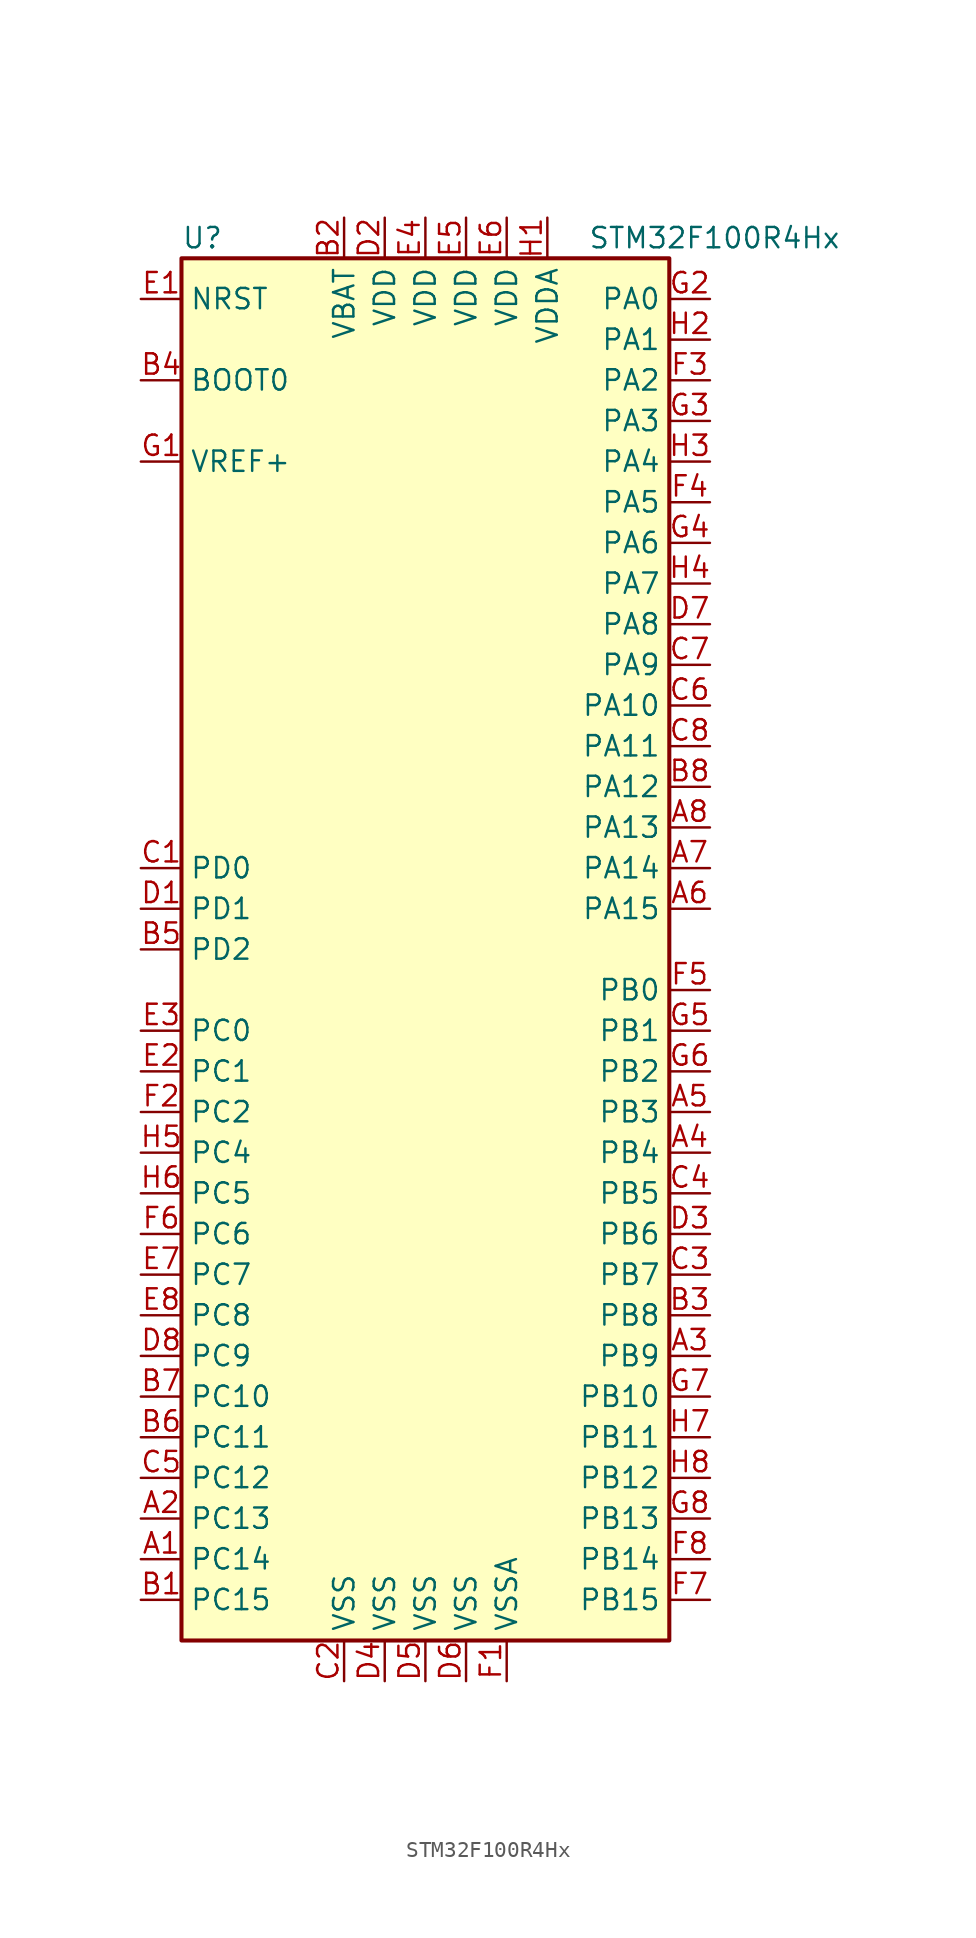
<source format=kicad_sym>
(kicad_symbol_lib
  (version 20201005)
  (generator kicad_symbol_editor)
  (symbol "MCU_ST_STM32F1:STM32F100R4Hx"
    (property "Reference" "U"
      (at -15.24 44.45 0)
      (effects (font (size 1.27 1.27)) (justify left)))
    (property "Value" "STM32F100R4Hx"
      (at 10.16 44.45 0)
      (effects (font (size 1.27 1.27)) (justify left)))
    (symbol "STM32F100R4Hx_0_1"
      (rectangle (start -15.24 -43.18) (end 15.24 43.18) (stroke (width 0.254)) (fill (type background))))
    (symbol "STM32F100R4Hx_1_1"
      (pin input line (at -17.78 35.56 0) (length 2.54) (name "BOOT0" (effects (font (size 1.27 1.27)))) (number "B4" (effects (font (size 1.27 1.27)))))
      (pin input line (at -17.78 40.64 0) (length 2.54) (name "NRST" (effects (font (size 1.27 1.27)))) (number "E1" (effects (font (size 1.27 1.27)))))
      (pin bidirectional line (at 17.78 40.64 180) (length 2.54) (name "PA0" (effects (font (size 1.27 1.27)))) (number "G2" (effects (font (size 1.27 1.27)))))
      (pin bidirectional line (at 17.78 38.1 180) (length 2.54) (name "PA1" (effects (font (size 1.27 1.27)))) (number "H2" (effects (font (size 1.27 1.27)))))
      (pin bidirectional line (at 17.78 15.24 180) (length 2.54) (name "PA10" (effects (font (size 1.27 1.27)))) (number "C6" (effects (font (size 1.27 1.27)))))
      (pin bidirectional line (at 17.78 12.7 180) (length 2.54) (name "PA11" (effects (font (size 1.27 1.27)))) (number "C8" (effects (font (size 1.27 1.27)))))
      (pin bidirectional line (at 17.78 10.16 180) (length 2.54) (name "PA12" (effects (font (size 1.27 1.27)))) (number "B8" (effects (font (size 1.27 1.27)))))
      (pin bidirectional line (at 17.78 7.62 180) (length 2.54) (name "PA13" (effects (font (size 1.27 1.27)))) (number "A8" (effects (font (size 1.27 1.27)))))
      (pin bidirectional line (at 17.78 5.08 180) (length 2.54) (name "PA14" (effects (font (size 1.27 1.27)))) (number "A7" (effects (font (size 1.27 1.27)))))
      (pin bidirectional line (at 17.78 2.54 180) (length 2.54) (name "PA15" (effects (font (size 1.27 1.27)))) (number "A6" (effects (font (size 1.27 1.27)))))
      (pin bidirectional line (at 17.78 35.56 180) (length 2.54) (name "PA2" (effects (font (size 1.27 1.27)))) (number "F3" (effects (font (size 1.27 1.27)))))
      (pin bidirectional line (at 17.78 33.02 180) (length 2.54) (name "PA3" (effects (font (size 1.27 1.27)))) (number "G3" (effects (font (size 1.27 1.27)))))
      (pin bidirectional line (at 17.78 30.48 180) (length 2.54) (name "PA4" (effects (font (size 1.27 1.27)))) (number "H3" (effects (font (size 1.27 1.27)))))
      (pin bidirectional line (at 17.78 27.94 180) (length 2.54) (name "PA5" (effects (font (size 1.27 1.27)))) (number "F4" (effects (font (size 1.27 1.27)))))
      (pin bidirectional line (at 17.78 25.4 180) (length 2.54) (name "PA6" (effects (font (size 1.27 1.27)))) (number "G4" (effects (font (size 1.27 1.27)))))
      (pin bidirectional line (at 17.78 22.86 180) (length 2.54) (name "PA7" (effects (font (size 1.27 1.27)))) (number "H4" (effects (font (size 1.27 1.27)))))
      (pin bidirectional line (at 17.78 20.32 180) (length 2.54) (name "PA8" (effects (font (size 1.27 1.27)))) (number "D7" (effects (font (size 1.27 1.27)))))
      (pin bidirectional line (at 17.78 17.78 180) (length 2.54) (name "PA9" (effects (font (size 1.27 1.27)))) (number "C7" (effects (font (size 1.27 1.27)))))
      (pin bidirectional line (at 17.78 -2.54 180) (length 2.54) (name "PB0" (effects (font (size 1.27 1.27)))) (number "F5" (effects (font (size 1.27 1.27)))))
      (pin bidirectional line (at 17.78 -5.08 180) (length 2.54) (name "PB1" (effects (font (size 1.27 1.27)))) (number "G5" (effects (font (size 1.27 1.27)))))
      (pin bidirectional line (at 17.78 -27.94 180) (length 2.54) (name "PB10" (effects (font (size 1.27 1.27)))) (number "G7" (effects (font (size 1.27 1.27)))))
      (pin bidirectional line (at 17.78 -30.48 180) (length 2.54) (name "PB11" (effects (font (size 1.27 1.27)))) (number "H7" (effects (font (size 1.27 1.27)))))
      (pin bidirectional line (at 17.78 -33.02 180) (length 2.54) (name "PB12" (effects (font (size 1.27 1.27)))) (number "H8" (effects (font (size 1.27 1.27)))))
      (pin bidirectional line (at 17.78 -35.56 180) (length 2.54) (name "PB13" (effects (font (size 1.27 1.27)))) (number "G8" (effects (font (size 1.27 1.27)))))
      (pin bidirectional line (at 17.78 -38.1 180) (length 2.54) (name "PB14" (effects (font (size 1.27 1.27)))) (number "F8" (effects (font (size 1.27 1.27)))))
      (pin bidirectional line (at 17.78 -40.64 180) (length 2.54) (name "PB15" (effects (font (size 1.27 1.27)))) (number "F7" (effects (font (size 1.27 1.27)))))
      (pin bidirectional line (at 17.78 -7.62 180) (length 2.54) (name "PB2" (effects (font (size 1.27 1.27)))) (number "G6" (effects (font (size 1.27 1.27)))))
      (pin bidirectional line (at 17.78 -10.16 180) (length 2.54) (name "PB3" (effects (font (size 1.27 1.27)))) (number "A5" (effects (font (size 1.27 1.27)))))
      (pin bidirectional line (at 17.78 -12.7 180) (length 2.54) (name "PB4" (effects (font (size 1.27 1.27)))) (number "A4" (effects (font (size 1.27 1.27)))))
      (pin bidirectional line (at 17.78 -15.24 180) (length 2.54) (name "PB5" (effects (font (size 1.27 1.27)))) (number "C4" (effects (font (size 1.27 1.27)))))
      (pin bidirectional line (at 17.78 -17.78 180) (length 2.54) (name "PB6" (effects (font (size 1.27 1.27)))) (number "D3" (effects (font (size 1.27 1.27)))))
      (pin bidirectional line (at 17.78 -20.32 180) (length 2.54) (name "PB7" (effects (font (size 1.27 1.27)))) (number "C3" (effects (font (size 1.27 1.27)))))
      (pin bidirectional line (at 17.78 -22.86 180) (length 2.54) (name "PB8" (effects (font (size 1.27 1.27)))) (number "B3" (effects (font (size 1.27 1.27)))))
      (pin bidirectional line (at 17.78 -25.4 180) (length 2.54) (name "PB9" (effects (font (size 1.27 1.27)))) (number "A3" (effects (font (size 1.27 1.27)))))
      (pin bidirectional line (at -17.78 -5.08 0) (length 2.54) (name "PC0" (effects (font (size 1.27 1.27)))) (number "E3" (effects (font (size 1.27 1.27)))))
      (pin bidirectional line (at -17.78 -7.62 0) (length 2.54) (name "PC1" (effects (font (size 1.27 1.27)))) (number "E2" (effects (font (size 1.27 1.27)))))
      (pin bidirectional line (at -17.78 -27.94 0) (length 2.54) (name "PC10" (effects (font (size 1.27 1.27)))) (number "B7" (effects (font (size 1.27 1.27)))))
      (pin bidirectional line (at -17.78 -30.48 0) (length 2.54) (name "PC11" (effects (font (size 1.27 1.27)))) (number "B6" (effects (font (size 1.27 1.27)))))
      (pin bidirectional line (at -17.78 -33.02 0) (length 2.54) (name "PC12" (effects (font (size 1.27 1.27)))) (number "C5" (effects (font (size 1.27 1.27)))))
      (pin bidirectional line (at -17.78 -35.56 0) (length 2.54) (name "PC13" (effects (font (size 1.27 1.27)))) (number "A2" (effects (font (size 1.27 1.27)))))
      (pin bidirectional line (at -17.78 -38.1 0) (length 2.54) (name "PC14" (effects (font (size 1.27 1.27)))) (number "A1" (effects (font (size 1.27 1.27)))))
      (pin bidirectional line (at -17.78 -40.64 0) (length 2.54) (name "PC15" (effects (font (size 1.27 1.27)))) (number "B1" (effects (font (size 1.27 1.27)))))
      (pin bidirectional line (at -17.78 -10.16 0) (length 2.54) (name "PC2" (effects (font (size 1.27 1.27)))) (number "F2" (effects (font (size 1.27 1.27)))))
      (pin bidirectional line (at -17.78 -12.7 0) (length 2.54) (name "PC4" (effects (font (size 1.27 1.27)))) (number "H5" (effects (font (size 1.27 1.27)))))
      (pin bidirectional line (at -17.78 -15.24 0) (length 2.54) (name "PC5" (effects (font (size 1.27 1.27)))) (number "H6" (effects (font (size 1.27 1.27)))))
      (pin bidirectional line (at -17.78 -17.78 0) (length 2.54) (name "PC6" (effects (font (size 1.27 1.27)))) (number "F6" (effects (font (size 1.27 1.27)))))
      (pin bidirectional line (at -17.78 -20.32 0) (length 2.54) (name "PC7" (effects (font (size 1.27 1.27)))) (number "E7" (effects (font (size 1.27 1.27)))))
      (pin bidirectional line (at -17.78 -22.86 0) (length 2.54) (name "PC8" (effects (font (size 1.27 1.27)))) (number "E8" (effects (font (size 1.27 1.27)))))
      (pin bidirectional line (at -17.78 -25.4 0) (length 2.54) (name "PC9" (effects (font (size 1.27 1.27)))) (number "D8" (effects (font (size 1.27 1.27)))))
      (pin input line (at -17.78 5.08 0) (length 2.54) (name "PD0" (effects (font (size 1.27 1.27)))) (number "C1" (effects (font (size 1.27 1.27)))))
      (pin input line (at -17.78 2.54 0) (length 2.54) (name "PD1" (effects (font (size 1.27 1.27)))) (number "D1" (effects (font (size 1.27 1.27)))))
      (pin bidirectional line (at -17.78 0 0) (length 2.54) (name "PD2" (effects (font (size 1.27 1.27)))) (number "B5" (effects (font (size 1.27 1.27)))))
      (pin power_in line (at -5.08 45.72 270) (length 2.54) (name "VBAT" (effects (font (size 1.27 1.27)))) (number "B2" (effects (font (size 1.27 1.27)))))
      (pin power_in line (at -2.54 45.72 270) (length 2.54) (name "VDD" (effects (font (size 1.27 1.27)))) (number "D2" (effects (font (size 1.27 1.27)))))
      (pin power_in line (at 0 45.72 270) (length 2.54) (name "VDD" (effects (font (size 1.27 1.27)))) (number "E4" (effects (font (size 1.27 1.27)))))
      (pin power_in line (at 2.54 45.72 270) (length 2.54) (name "VDD" (effects (font (size 1.27 1.27)))) (number "E5" (effects (font (size 1.27 1.27)))))
      (pin power_in line (at 5.08 45.72 270) (length 2.54) (name "VDD" (effects (font (size 1.27 1.27)))) (number "E6" (effects (font (size 1.27 1.27)))))
      (pin power_in line (at 7.62 45.72 270) (length 2.54) (name "VDDA" (effects (font (size 1.27 1.27)))) (number "H1" (effects (font (size 1.27 1.27)))))
      (pin power_in line (at -17.78 30.48 0) (length 2.54) (name "VREF+" (effects (font (size 1.27 1.27)))) (number "G1" (effects (font (size 1.27 1.27)))))
      (pin power_in line (at -5.08 -45.72 90) (length 2.54) (name "VSS" (effects (font (size 1.27 1.27)))) (number "C2" (effects (font (size 1.27 1.27)))))
      (pin power_in line (at -2.54 -45.72 90) (length 2.54) (name "VSS" (effects (font (size 1.27 1.27)))) (number "D4" (effects (font (size 1.27 1.27)))))
      (pin power_in line (at 0 -45.72 90) (length 2.54) (name "VSS" (effects (font (size 1.27 1.27)))) (number "D5" (effects (font (size 1.27 1.27)))))
      (pin power_in line (at 2.54 -45.72 90) (length 2.54) (name "VSS" (effects (font (size 1.27 1.27)))) (number "D6" (effects (font (size 1.27 1.27)))))
      (pin power_in line (at 5.08 -45.72 90) (length 2.54) (name "VSSA" (effects (font (size 1.27 1.27)))) (number "F1" (effects (font (size 1.27 1.27))))))))
</source>
